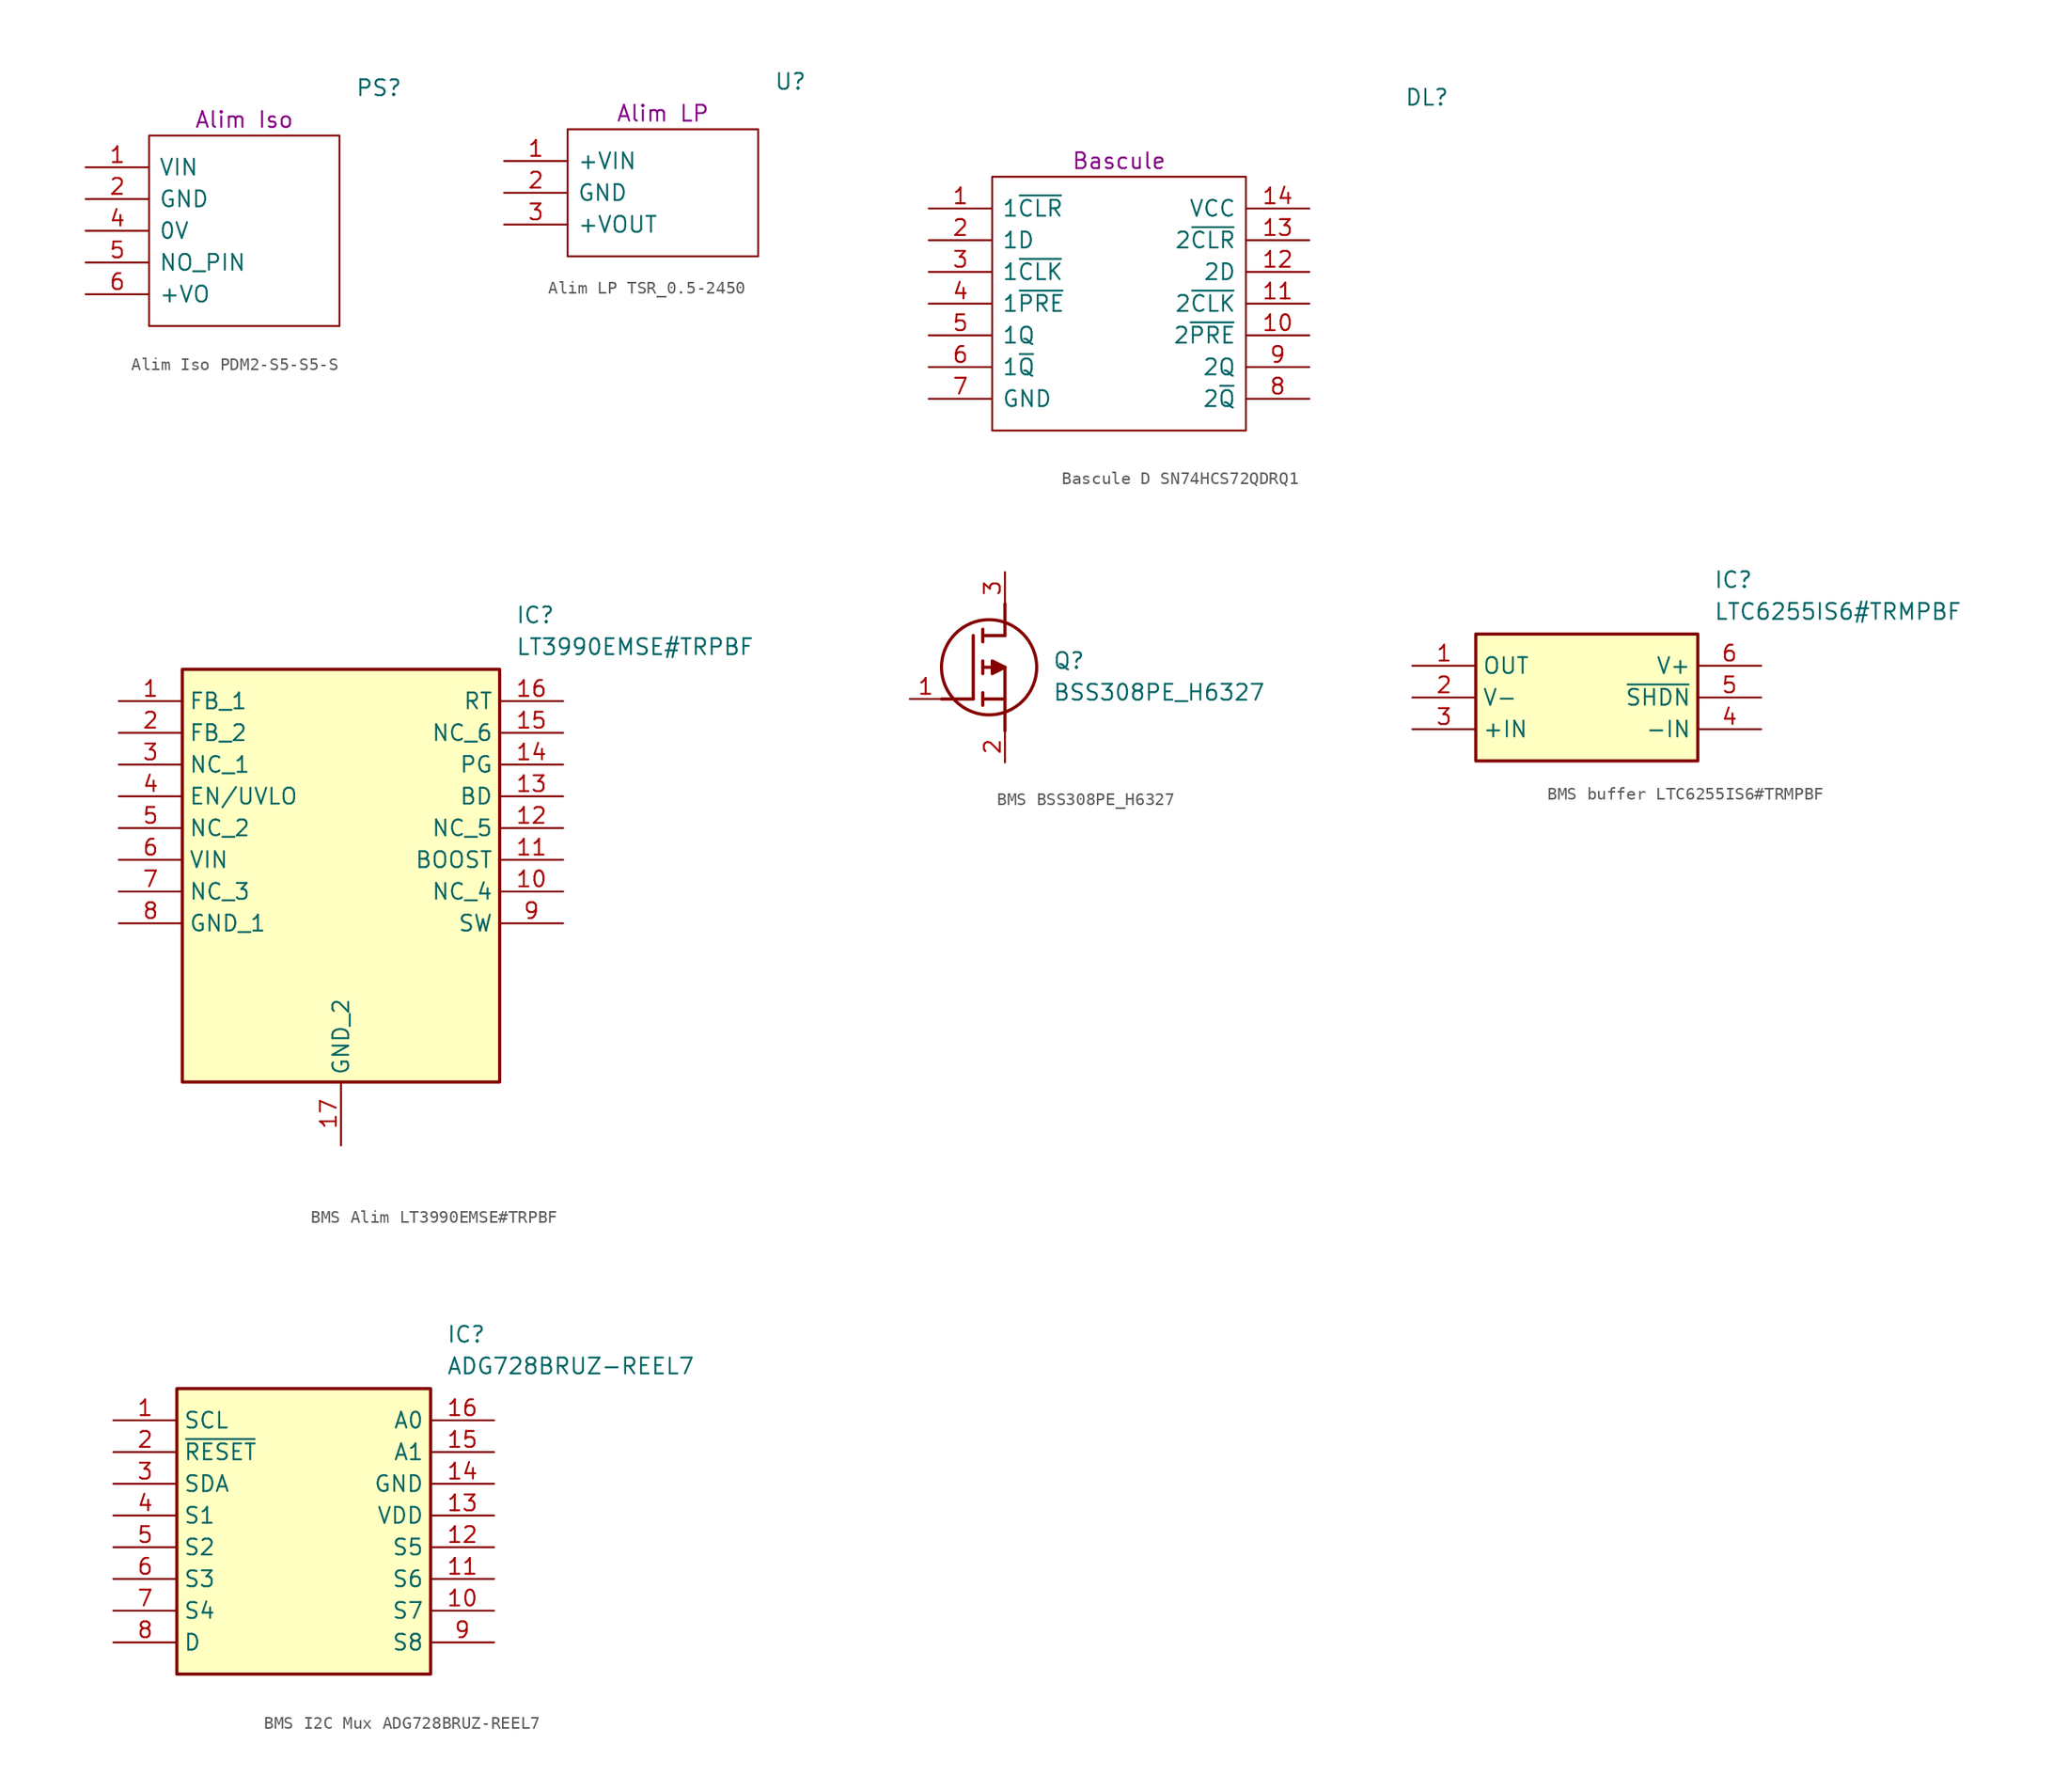
<source format=kicad_sym>
(kicad_symbol_lib
  (version 20220914)
  (generator kicad_symbol_editor)
  (symbol "Alim Iso PDM2-S5-S5-S"
    (pin_names
      (offset 0.762))
    (property "Reference" "PS"
      (at 21.59 6.35 0)
      (effects (font (size 1.27 1.27)) (justify left)))
    (property "Render Name" "Alim Iso"
      (at 12.7 3.81 0)
      (effects (font (size 1.27 1.27))))
    (symbol "Alim Iso PDM2-S5-S5-S_0_0"
      (pin passive line (at 0 0 0) (length 5.08) (name "VIN" (effects (font (size 1.27 1.27)))) (number "1" (effects (font (size 1.27 1.27)))))
      (pin passive line (at 0 -2.54 0) (length 5.08) (name "GND" (effects (font (size 1.27 1.27)))) (number "2" (effects (font (size 1.27 1.27)))))
      (pin passive line (at 0 -5.08 0) (length 5.08) (name "0V" (effects (font (size 1.27 1.27)))) (number "4" (effects (font (size 1.27 1.27)))))
      (pin passive line (at 0 -7.62 0) (length 5.08) (name "NO_PIN" (effects (font (size 1.27 1.27)))) (number "5" (effects (font (size 1.27 1.27)))))
      (pin passive line (at 0 -10.16 0) (length 5.08) (name "+VO" (effects (font (size 1.27 1.27)))) (number "6" (effects (font (size 1.27 1.27))))))
    (symbol "Alim Iso PDM2-S5-S5-S_0_1"
      (polyline (pts (xy 5.08 2.54) (xy 20.32 2.54) (xy 20.32 -12.7) (xy 5.08 -12.7) (xy 5.08 2.54)) (stroke (width 0.152) (type default)) (fill (type none)))))
  (symbol "Alim LP TSR_0.5-2450"
    (pin_names
      (offset 0.762))
    (property "Reference" "U"
      (at 20.32 11.43 0)
      (effects (font (size 1.27 1.27)) (justify left)))
    (property "Render Name" "Alim LP"
      (at 11.43 8.89 0)
      (effects (font (size 1.27 1.27))))
    (symbol "Alim LP TSR_0.5-2450_0_0"
      (pin passive line (at -1.27 5.08 0) (length 5.08) (name "+VIN" (effects (font (size 1.27 1.27)))) (number "1" (effects (font (size 1.27 1.27)))))
      (pin passive line (at -1.27 2.54 0) (length 5.08) (name "GND" (effects (font (size 1.27 1.27)))) (number "2" (effects (font (size 1.27 1.27)))))
      (pin passive line (at -1.27 0 0) (length 5.08) (name "+VOUT" (effects (font (size 1.27 1.27)))) (number "3" (effects (font (size 1.27 1.27))))))
    (symbol "Alim LP TSR_0.5-2450_0_1"
      (polyline (pts (xy 3.81 7.62) (xy 19.05 7.62) (xy 19.05 -2.54) (xy 3.81 -2.54) (xy 3.81 7.62)) (stroke (width 0.152) (type default)) (fill (type none)))))
  (symbol "Bascule D SN74HCS72QDRQ1"
    (pin_names
      (offset 0.762))
    (property "Reference" "DL"
      (at 38.1 8.89 0)
      (effects (font (size 1.27 1.27)) (justify left)))
    (property "Render Name" "Bascule"
      (at 15.24 3.81 0)
      (effects (font (size 1.27 1.27))))
    (symbol "Bascule D SN74HCS72QDRQ1_0_0"
      (pin passive line (at 0 0 0) (length 5.08) (name "1~{CLR}" (effects (font (size 1.27 1.27)))) (number "1" (effects (font (size 1.27 1.27)))))
      (pin passive line (at 30.48 -10.16 180) (length 5.08) (name "2~{PRE}" (effects (font (size 1.27 1.27)))) (number "10" (effects (font (size 1.27 1.27)))))
      (pin passive line (at 30.48 -7.62 180) (length 5.08) (name "2~{CLK}" (effects (font (size 1.27 1.27)))) (number "11" (effects (font (size 1.27 1.27)))))
      (pin passive line (at 30.48 -5.08 180) (length 5.08) (name "2D" (effects (font (size 1.27 1.27)))) (number "12" (effects (font (size 1.27 1.27)))))
      (pin passive line (at 30.48 -2.54 180) (length 5.08) (name "2~{CLR}" (effects (font (size 1.27 1.27)))) (number "13" (effects (font (size 1.27 1.27)))))
      (pin passive line (at 30.48 0 180) (length 5.08) (name "VCC" (effects (font (size 1.27 1.27)))) (number "14" (effects (font (size 1.27 1.27)))))
      (pin passive line (at 0 -2.54 0) (length 5.08) (name "1D" (effects (font (size 1.27 1.27)))) (number "2" (effects (font (size 1.27 1.27)))))
      (pin passive line (at 0 -5.08 0) (length 5.08) (name "1~{CLK}" (effects (font (size 1.27 1.27)))) (number "3" (effects (font (size 1.27 1.27)))))
      (pin passive line (at 0 -7.62 0) (length 5.08) (name "1~{PRE}" (effects (font (size 1.27 1.27)))) (number "4" (effects (font (size 1.27 1.27)))))
      (pin passive line (at 0 -10.16 0) (length 5.08) (name "1Q" (effects (font (size 1.27 1.27)))) (number "5" (effects (font (size 1.27 1.27)))))
      (pin passive line (at 0 -12.7 0) (length 5.08) (name "1~{Q}" (effects (font (size 1.27 1.27)))) (number "6" (effects (font (size 1.27 1.27)))))
      (pin passive line (at 0 -15.24 0) (length 5.08) (name "GND" (effects (font (size 1.27 1.27)))) (number "7" (effects (font (size 1.27 1.27)))))
      (pin passive line (at 30.48 -15.24 180) (length 5.08) (name "2~{Q}" (effects (font (size 1.27 1.27)))) (number "8" (effects (font (size 1.27 1.27)))))
      (pin passive line (at 30.48 -12.7 180) (length 5.08) (name "2Q" (effects (font (size 1.27 1.27)))) (number "9" (effects (font (size 1.27 1.27))))))
    (symbol "Bascule D SN74HCS72QDRQ1_0_1"
      (polyline (pts (xy 5.08 2.54) (xy 25.4 2.54) (xy 25.4 -17.78) (xy 5.08 -17.78) (xy 5.08 2.54)) (stroke (width 0.152) (type default)) (fill (type none)))))
  (symbol "BMS Alim LT3990EMSE#TRPBF"
    (property "Reference" "IC"
      (at 31.75 7.62 0)
      (effects (font (size 1.27 1.27)) (justify left top)))
    (property "Value" "LT3990EMSE#TRPBF"
      (at 31.75 5.08 0)
      (effects (font (size 1.27 1.27)) (justify left top)))
    (symbol "BMS Alim LT3990EMSE#TRPBF_1_1"
      (rectangle (start 5.08 2.54) (end 30.48 -30.48) (stroke (width 0.254) (type default)) (fill (type background)))
      (pin passive line (at 0 0 0) (length 5.08) (name "FB_1" (effects (font (size 1.27 1.27)))) (number "1" (effects (font (size 1.27 1.27)))))
      (pin passive line (at 35.56 -15.24 180) (length 5.08) (name "NC_4" (effects (font (size 1.27 1.27)))) (number "10" (effects (font (size 1.27 1.27)))))
      (pin passive line (at 35.56 -12.7 180) (length 5.08) (name "BOOST" (effects (font (size 1.27 1.27)))) (number "11" (effects (font (size 1.27 1.27)))))
      (pin passive line (at 35.56 -10.16 180) (length 5.08) (name "NC_5" (effects (font (size 1.27 1.27)))) (number "12" (effects (font (size 1.27 1.27)))))
      (pin passive line (at 35.56 -7.62 180) (length 5.08) (name "BD" (effects (font (size 1.27 1.27)))) (number "13" (effects (font (size 1.27 1.27)))))
      (pin passive line (at 35.56 -5.08 180) (length 5.08) (name "PG" (effects (font (size 1.27 1.27)))) (number "14" (effects (font (size 1.27 1.27)))))
      (pin passive line (at 35.56 -2.54 180) (length 5.08) (name "NC_6" (effects (font (size 1.27 1.27)))) (number "15" (effects (font (size 1.27 1.27)))))
      (pin passive line (at 35.56 0 180) (length 5.08) (name "RT" (effects (font (size 1.27 1.27)))) (number "16" (effects (font (size 1.27 1.27)))))
      (pin passive line (at 17.78 -35.56 90) (length 5.08) (name "GND_2" (effects (font (size 1.27 1.27)))) (number "17" (effects (font (size 1.27 1.27)))))
      (pin passive line (at 0 -2.54 0) (length 5.08) (name "FB_2" (effects (font (size 1.27 1.27)))) (number "2" (effects (font (size 1.27 1.27)))))
      (pin passive line (at 0 -5.08 0) (length 5.08) (name "NC_1" (effects (font (size 1.27 1.27)))) (number "3" (effects (font (size 1.27 1.27)))))
      (pin passive line (at 0 -7.62 0) (length 5.08) (name "EN/UVLO" (effects (font (size 1.27 1.27)))) (number "4" (effects (font (size 1.27 1.27)))))
      (pin passive line (at 0 -10.16 0) (length 5.08) (name "NC_2" (effects (font (size 1.27 1.27)))) (number "5" (effects (font (size 1.27 1.27)))))
      (pin passive line (at 0 -12.7 0) (length 5.08) (name "VIN" (effects (font (size 1.27 1.27)))) (number "6" (effects (font (size 1.27 1.27)))))
      (pin passive line (at 0 -15.24 0) (length 5.08) (name "NC_3" (effects (font (size 1.27 1.27)))) (number "7" (effects (font (size 1.27 1.27)))))
      (pin passive line (at 0 -17.78 0) (length 5.08) (name "GND_1" (effects (font (size 1.27 1.27)))) (number "8" (effects (font (size 1.27 1.27)))))
      (pin passive line (at 35.56 -17.78 180) (length 5.08) (name "SW" (effects (font (size 1.27 1.27)))) (number "9" (effects (font (size 1.27 1.27)))))))
  (symbol "BMS BSS308PE_H6327"
    (pin_names hide)
    (property "Reference" "Q"
      (at 11.43 3.81 0)
      (effects (font (size 1.27 1.27)) (justify left top)))
    (property "Value" "BSS308PE_H6327"
      (at 11.43 1.27 0)
      (effects (font (size 1.27 1.27)) (justify left top)))
    (symbol "BMS BSS308PE_H6327_1_1"
      (polyline (pts (xy 2.54 0) (xy 5.08 0)) (stroke (width 0.254) (type default)) (fill (type none)))
      (polyline (pts (xy 5.08 5.08) (xy 5.08 0)) (stroke (width 0.254) (type default)) (fill (type none)))
      (polyline (pts (xy 5.842 -0.508) (xy 5.842 0.508)) (stroke (width 0.254) (type default)) (fill (type none)))
      (polyline (pts (xy 5.842 0) (xy 7.62 0)) (stroke (width 0.254) (type default)) (fill (type none)))
      (polyline (pts (xy 5.842 2.032) (xy 5.842 3.048)) (stroke (width 0.254) (type default)) (fill (type none)))
      (polyline (pts (xy 5.842 5.588) (xy 5.842 4.572)) (stroke (width 0.254) (type default)) (fill (type none)))
      (polyline (pts (xy 7.62 2.54) (xy 5.842 2.54)) (stroke (width 0.254) (type default)) (fill (type none)))
      (polyline (pts (xy 7.62 2.54) (xy 7.62 -2.54)) (stroke (width 0.254) (type default)) (fill (type none)))
      (polyline (pts (xy 7.62 5.08) (xy 5.842 5.08)) (stroke (width 0.254) (type default)) (fill (type none)))
      (polyline (pts (xy 7.62 5.08) (xy 7.62 7.62)) (stroke (width 0.254) (type default)) (fill (type none)))
      (polyline (pts (xy 7.62 2.54) (xy 6.604 3.048) (xy 6.604 2.032) (xy 7.62 2.54)) (stroke (width 0.254) (type default)) (fill (type outline)))
      (circle (center 6.35 2.54) (radius 3.81) (stroke (width 0.254) (type default)) (fill (type none)))
      (pin passive line (at 0 0 0) (length 2.54) (name "G" (effects (font (size 1.27 1.27)))) (number "1" (effects (font (size 1.27 1.27)))))
      (pin passive line (at 7.62 -5.08 90) (length 2.54) (name "S" (effects (font (size 1.27 1.27)))) (number "2" (effects (font (size 1.27 1.27)))))
      (pin passive line (at 7.62 10.16 270) (length 2.54) (name "D" (effects (font (size 1.27 1.27)))) (number "3" (effects (font (size 1.27 1.27)))))))
  (symbol "BMS buffer LTC6255IS6#TRMPBF"
    (property "Reference" "IC"
      (at 24.13 7.62 0)
      (effects (font (size 1.27 1.27)) (justify left top)))
    (property "Value" "LTC6255IS6#TRMPBF"
      (at 24.13 5.08 0)
      (effects (font (size 1.27 1.27)) (justify left top)))
    (symbol "BMS buffer LTC6255IS6#TRMPBF_1_1"
      (rectangle (start 5.08 2.54) (end 22.86 -7.62) (stroke (width 0.254) (type default)) (fill (type background)))
      (pin passive line (at 0 0 0) (length 5.08) (name "OUT" (effects (font (size 1.27 1.27)))) (number "1" (effects (font (size 1.27 1.27)))))
      (pin passive line (at 0 -2.54 0) (length 5.08) (name "V-" (effects (font (size 1.27 1.27)))) (number "2" (effects (font (size 1.27 1.27)))))
      (pin passive line (at 0 -5.08 0) (length 5.08) (name "+IN" (effects (font (size 1.27 1.27)))) (number "3" (effects (font (size 1.27 1.27)))))
      (pin passive line (at 27.94 -5.08 180) (length 5.08) (name "-IN" (effects (font (size 1.27 1.27)))) (number "4" (effects (font (size 1.27 1.27)))))
      (pin passive line (at 27.94 -2.54 180) (length 5.08) (name "~{SHDN}" (effects (font (size 1.27 1.27)))) (number "5" (effects (font (size 1.27 1.27)))))
      (pin passive line (at 27.94 0 180) (length 5.08) (name "V+" (effects (font (size 1.27 1.27)))) (number "6" (effects (font (size 1.27 1.27)))))))
  (symbol "BMS I2C Mux ADG728BRUZ-REEL7"
    (property "Reference" "IC"
      (at 26.67 7.62 0)
      (effects (font (size 1.27 1.27)) (justify left top)))
    (property "Value" "ADG728BRUZ-REEL7"
      (at 26.67 5.08 0)
      (effects (font (size 1.27 1.27)) (justify left top)))
    (symbol "BMS I2C Mux ADG728BRUZ-REEL7_1_1"
      (rectangle (start 5.08 2.54) (end 25.4 -20.32) (stroke (width 0.254) (type default)) (fill (type background)))
      (pin passive line (at 0 0 0) (length 5.08) (name "SCL" (effects (font (size 1.27 1.27)))) (number "1" (effects (font (size 1.27 1.27)))))
      (pin passive line (at 30.48 -15.24 180) (length 5.08) (name "S7" (effects (font (size 1.27 1.27)))) (number "10" (effects (font (size 1.27 1.27)))))
      (pin passive line (at 30.48 -12.7 180) (length 5.08) (name "S6" (effects (font (size 1.27 1.27)))) (number "11" (effects (font (size 1.27 1.27)))))
      (pin passive line (at 30.48 -10.16 180) (length 5.08) (name "S5" (effects (font (size 1.27 1.27)))) (number "12" (effects (font (size 1.27 1.27)))))
      (pin passive line (at 30.48 -7.62 180) (length 5.08) (name "VDD" (effects (font (size 1.27 1.27)))) (number "13" (effects (font (size 1.27 1.27)))))
      (pin passive line (at 30.48 -5.08 180) (length 5.08) (name "GND" (effects (font (size 1.27 1.27)))) (number "14" (effects (font (size 1.27 1.27)))))
      (pin passive line (at 30.48 -2.54 180) (length 5.08) (name "A1" (effects (font (size 1.27 1.27)))) (number "15" (effects (font (size 1.27 1.27)))))
      (pin passive line (at 30.48 0 180) (length 5.08) (name "A0" (effects (font (size 1.27 1.27)))) (number "16" (effects (font (size 1.27 1.27)))))
      (pin passive line (at 0 -2.54 0) (length 5.08) (name "~{RESET}" (effects (font (size 1.27 1.27)))) (number "2" (effects (font (size 1.27 1.27)))))
      (pin passive line (at 0 -5.08 0) (length 5.08) (name "SDA" (effects (font (size 1.27 1.27)))) (number "3" (effects (font (size 1.27 1.27)))))
      (pin passive line (at 0 -7.62 0) (length 5.08) (name "S1" (effects (font (size 1.27 1.27)))) (number "4" (effects (font (size 1.27 1.27)))))
      (pin passive line (at 0 -10.16 0) (length 5.08) (name "S2" (effects (font (size 1.27 1.27)))) (number "5" (effects (font (size 1.27 1.27)))))
      (pin passive line (at 0 -12.7 0) (length 5.08) (name "S3" (effects (font (size 1.27 1.27)))) (number "6" (effects (font (size 1.27 1.27)))))
      (pin passive line (at 0 -15.24 0) (length 5.08) (name "S4" (effects (font (size 1.27 1.27)))) (number "7" (effects (font (size 1.27 1.27)))))
      (pin passive line (at 0 -17.78 0) (length 5.08) (name "D" (effects (font (size 1.27 1.27)))) (number "8" (effects (font (size 1.27 1.27)))))
      (pin passive line (at 30.48 -17.78 180) (length 5.08) (name "S8" (effects (font (size 1.27 1.27)))) (number "9" (effects (font (size 1.27 1.27))))))))
</source>
